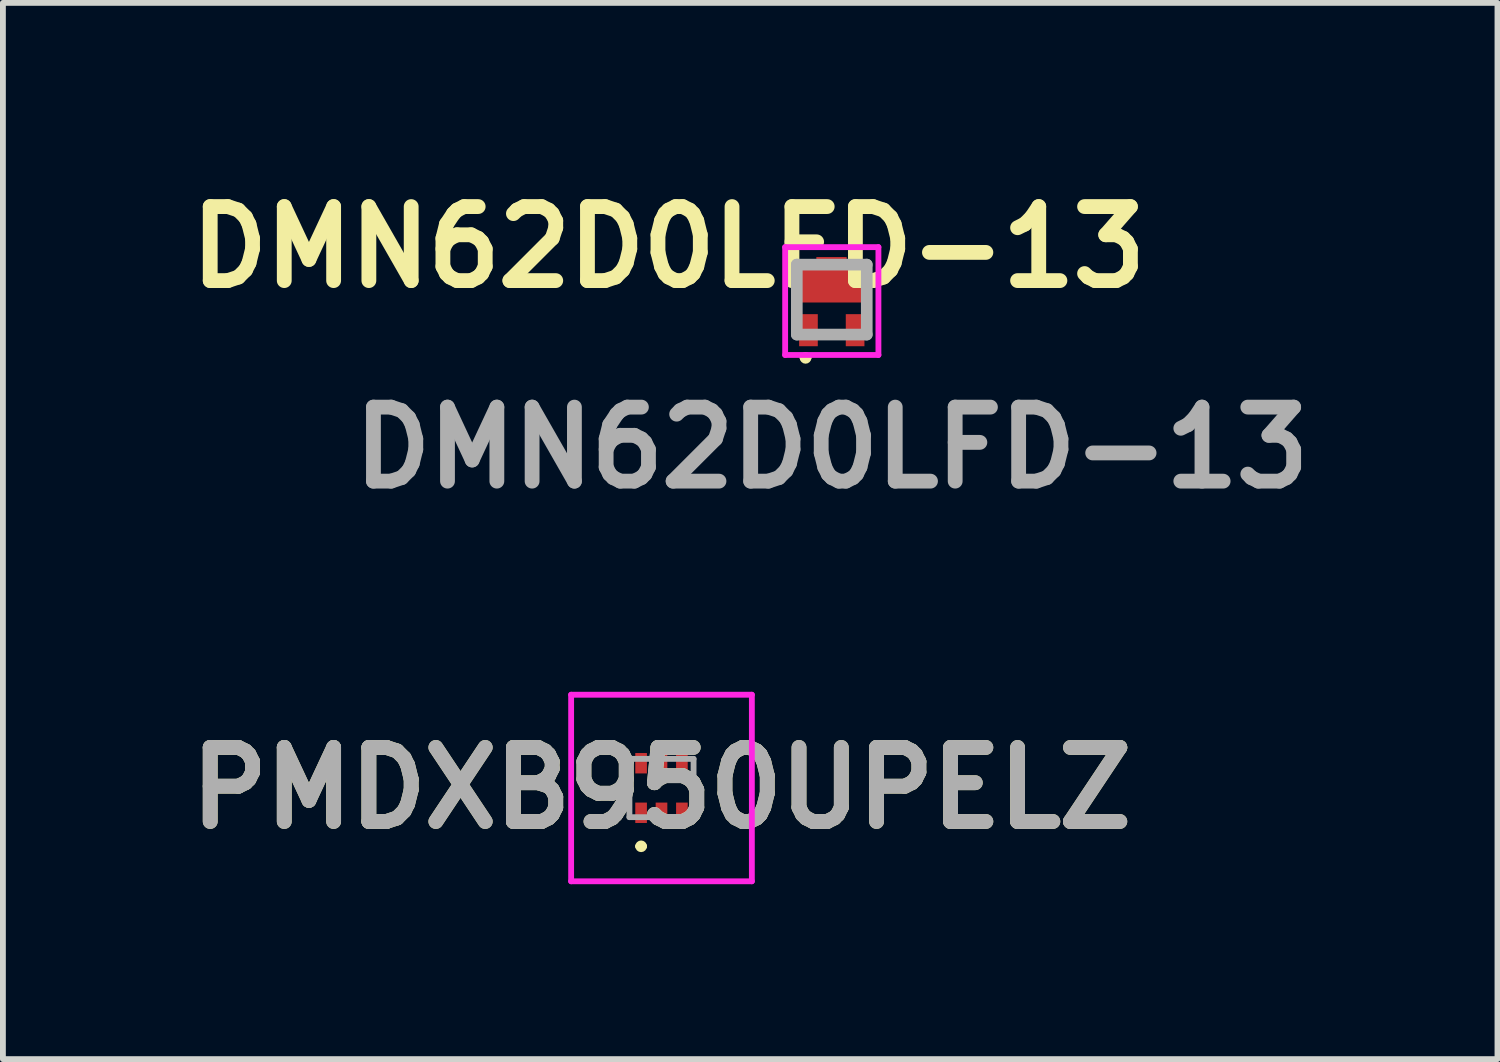
<source format=kicad_pcb>
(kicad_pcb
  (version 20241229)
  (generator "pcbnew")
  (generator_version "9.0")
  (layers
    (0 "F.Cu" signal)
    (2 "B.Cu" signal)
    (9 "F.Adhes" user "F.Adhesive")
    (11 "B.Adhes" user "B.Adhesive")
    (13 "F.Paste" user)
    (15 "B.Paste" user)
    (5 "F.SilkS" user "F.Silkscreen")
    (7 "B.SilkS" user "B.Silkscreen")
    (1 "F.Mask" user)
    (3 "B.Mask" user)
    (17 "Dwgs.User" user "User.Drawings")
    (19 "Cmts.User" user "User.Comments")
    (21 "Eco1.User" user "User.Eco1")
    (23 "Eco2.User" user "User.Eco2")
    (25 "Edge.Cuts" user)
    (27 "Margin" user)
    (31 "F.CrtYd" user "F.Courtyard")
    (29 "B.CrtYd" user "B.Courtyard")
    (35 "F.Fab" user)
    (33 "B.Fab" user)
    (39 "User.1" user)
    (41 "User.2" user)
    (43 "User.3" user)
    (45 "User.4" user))
  (footprint "PMDXB950UPELZ"
    (layer "F.Cu")
    (at 8.297 10.467)
    (property "Reference" "PMDXB950UPELZ" (at 0 0 0) (layer "F.SilkS") (effects (font (size 1.27 1.27) (thickness 0.254))))
    (attr smd)
    (fp_line (start -0.4 1) (end -0.4 1) (stroke (width 0.1) (type solid)) (layer "F.SilkS"))
    (fp_line (start -0.3 1) (end -0.3 1) (stroke (width 0.1) (type solid)) (layer "F.SilkS"))
    (fp_arc (start -0.4 1) (mid -0.35 0.95) (end -0.3 1) (stroke (width 0.1) (type solid)) (layer "F.SilkS"))
    (fp_arc (start -0.3 1) (mid -0.35 1.05) (end -0.4 1) (stroke (width 0.1) (type solid)) (layer "F.SilkS"))
    (fp_line (start -1.55 -1.6) (end 1.55 -1.6) (stroke (width 0.1) (type solid)) (layer "F.CrtYd"))
    (fp_line (start -1.55 1.6) (end -1.55 -1.6) (stroke (width 0.1) (type solid)) (layer "F.CrtYd"))
    (fp_line (start 1.55 -1.6) (end 1.55 1.6) (stroke (width 0.1) (type solid)) (layer "F.CrtYd"))
    (fp_line (start 1.55 1.6) (end -1.55 1.6) (stroke (width 0.1) (type solid)) (layer "F.CrtYd"))
    (fp_line (start -0.55 -0.5) (end 0.55 -0.5) (stroke (width 0.1) (type solid)) (layer "F.Fab"))
    (fp_line (start -0.55 0.5) (end -0.55 -0.5) (stroke (width 0.1) (type solid)) (layer "F.Fab"))
    (fp_line (start 0.55 -0.5) (end 0.55 0.5) (stroke (width 0.1) (type solid)) (layer "F.Fab"))
    (fp_line (start 0.55 0.5) (end -0.55 0.5) (stroke (width 0.1) (type solid)) (layer "F.Fab"))
    (fp_text user "${REFERENCE}" (at 0 0 0) (layer "F.Fab") (effects (font (size 1.27 1.27) (thickness 0.254))))
    (pad "1" smd rect (at -0.35 0.425) (size 0.2 0.35) (layers "F.Cu" "F.Mask" "F.Paste"))
    (pad "2" smd rect (at 0 0.425) (size 0.2 0.35) (layers "F.Cu" "F.Mask" "F.Paste"))
    (pad "3" smd rect (at 0.35 0.425) (size 0.2 0.35) (layers "F.Cu" "F.Mask" "F.Paste"))
    (pad "4" smd rect (at 0.35 -0.425) (size 0.2 0.35) (layers "F.Cu" "F.Mask" "F.Paste"))
    (pad "5" smd rect (at 0 -0.425) (size 0.2 0.35) (layers "F.Cu" "F.Mask" "F.Paste"))
    (pad "6" smd rect (at -0.35 -0.425) (size 0.2 0.35) (layers "F.Cu" "F.Mask" "F.Paste")))
  (footprint "DMN62D0LFD-13"
    (layer "F.Cu")
    (at 11.218 2.089)
    (property "Reference" "DMN62D0LFD-13" (at -2.8 -0.9 0) (layer "F.SilkS") (effects (font (size 1.27 1.27) (thickness 0.254))))
    (attr smd)
    (fp_line (start -0.6 -0.6) (end -0.6 -0.6) (stroke (width 0.1) (type solid)) (layer "F.SilkS"))
    (fp_line (start -0.6 -0.6) (end -0.6 -0.6) (stroke (width 0.1) (type solid)) (layer "F.SilkS"))
    (fp_line (start -0.6 -0.6) (end -0.6 0) (stroke (width 0.1) (type solid)) (layer "F.SilkS"))
    (fp_line (start -0.6 -0.6) (end -0.4 -0.6) (stroke (width 0.1) (type solid)) (layer "F.SilkS"))
    (fp_line (start -0.6 0) (end -0.6 -0.6) (stroke (width 0.1) (type solid)) (layer "F.SilkS"))
    (fp_line (start -0.6 0) (end -0.6 0) (stroke (width 0.1) (type solid)) (layer "F.SilkS"))
    (fp_line (start -0.5 1) (end -0.5 1) (stroke (width 0.1) (type solid)) (layer "F.SilkS"))
    (fp_line (start -0.4 -0.6) (end -0.6 -0.6) (stroke (width 0.1) (type solid)) (layer "F.SilkS"))
    (fp_line (start -0.4 -0.6) (end -0.4 -0.6) (stroke (width 0.1) (type solid)) (layer "F.SilkS"))
    (fp_line (start -0.4 1) (end -0.4 1) (stroke (width 0.1) (type solid)) (layer "F.SilkS"))
    (fp_line (start -0.2 0.6) (end 0.2 0.6) (stroke (width 0.1) (type solid)) (layer "F.SilkS"))
    (fp_line (start 0.4 -0.6) (end 0.4 -0.6) (stroke (width 0.1) (type solid)) (layer "F.SilkS"))
    (fp_line (start 0.4 -0.6) (end 0.6 -0.6) (stroke (width 0.1) (type solid)) (layer "F.SilkS"))
    (fp_line (start 0.6 -0.6) (end 0.4 -0.6) (stroke (width 0.1) (type solid)) (layer "F.SilkS"))
    (fp_line (start 0.6 -0.6) (end 0.6 -0.6) (stroke (width 0.1) (type solid)) (layer "F.SilkS"))
    (fp_line (start 0.6 -0.6) (end 0.6 -0.6) (stroke (width 0.1) (type solid)) (layer "F.SilkS"))
    (fp_line (start 0.6 -0.6) (end 0.6 0) (stroke (width 0.1) (type solid)) (layer "F.SilkS"))
    (fp_line (start 0.6 0) (end 0.6 -0.6) (stroke (width 0.1) (type solid)) (layer "F.SilkS"))
    (fp_line (start 0.6 0) (end 0.6 0) (stroke (width 0.1) (type solid)) (layer "F.SilkS"))
    (fp_arc (start -0.5 1) (mid -0.45 0.95) (end -0.4 1) (stroke (width 0.1) (type solid)) (layer "F.SilkS"))
    (fp_arc (start -0.4 1) (mid -0.45 1.05) (end -0.5 1) (stroke (width 0.1) (type solid)) (layer "F.SilkS"))
    (fp_line (start -0.8 -0.9) (end 0.8 -0.9) (stroke (width 0.1) (type solid)) (layer "F.CrtYd"))
    (fp_line (start -0.8 0.95) (end -0.8 -0.9) (stroke (width 0.1) (type solid)) (layer "F.CrtYd"))
    (fp_line (start 0.8 -0.9) (end 0.8 0.95) (stroke (width 0.1) (type solid)) (layer "F.CrtYd"))
    (fp_line (start 0.8 0.95) (end -0.8 0.95) (stroke (width 0.1) (type solid)) (layer "F.CrtYd"))
    (fp_line (start -0.6 -0.6) (end 0.6 -0.6) (stroke (width 0.2) (type solid)) (layer "F.Fab"))
    (fp_line (start -0.6 0.6) (end -0.6 -0.6) (stroke (width 0.2) (type solid)) (layer "F.Fab"))
    (fp_line (start 0.6 -0.6) (end 0.6 0.6) (stroke (width 0.2) (type solid)) (layer "F.Fab"))
    (fp_line (start 0.6 0.6) (end -0.6 0.6) (stroke (width 0.2) (type solid)) (layer "F.Fab"))
    (fp_text user "${REFERENCE}" (at 0 2.54 0) (layer "F.Fab") (effects (font (size 1.27 1.27) (thickness 0.254))))
    (pad "1" smd rect (at -0.4 0.525) (size 0.32 0.55) (layers "F.Cu" "F.Mask" "F.Paste"))
    (pad "2" smd rect (at 0.4 0.525) (size 0.32 0.55) (layers "F.Cu" "F.Mask" "F.Paste"))
    (pad "3" smd rect (at -0.005 -0.63) (size 0.52 0.2) (layers "F.Cu" "F.Mask" "F.Paste"))
    (pad "3" smd rect (at 0 -0.25) (size 1.05 0.6) (layers "F.Cu" "F.Mask" "F.Paste")))
  (gr_rect
    (start -3 -3)
    (end 22.637 15.117)
    (stroke (width 0.1) (type default))
    (fill no)
    (layer "Edge.Cuts")))
</source>
